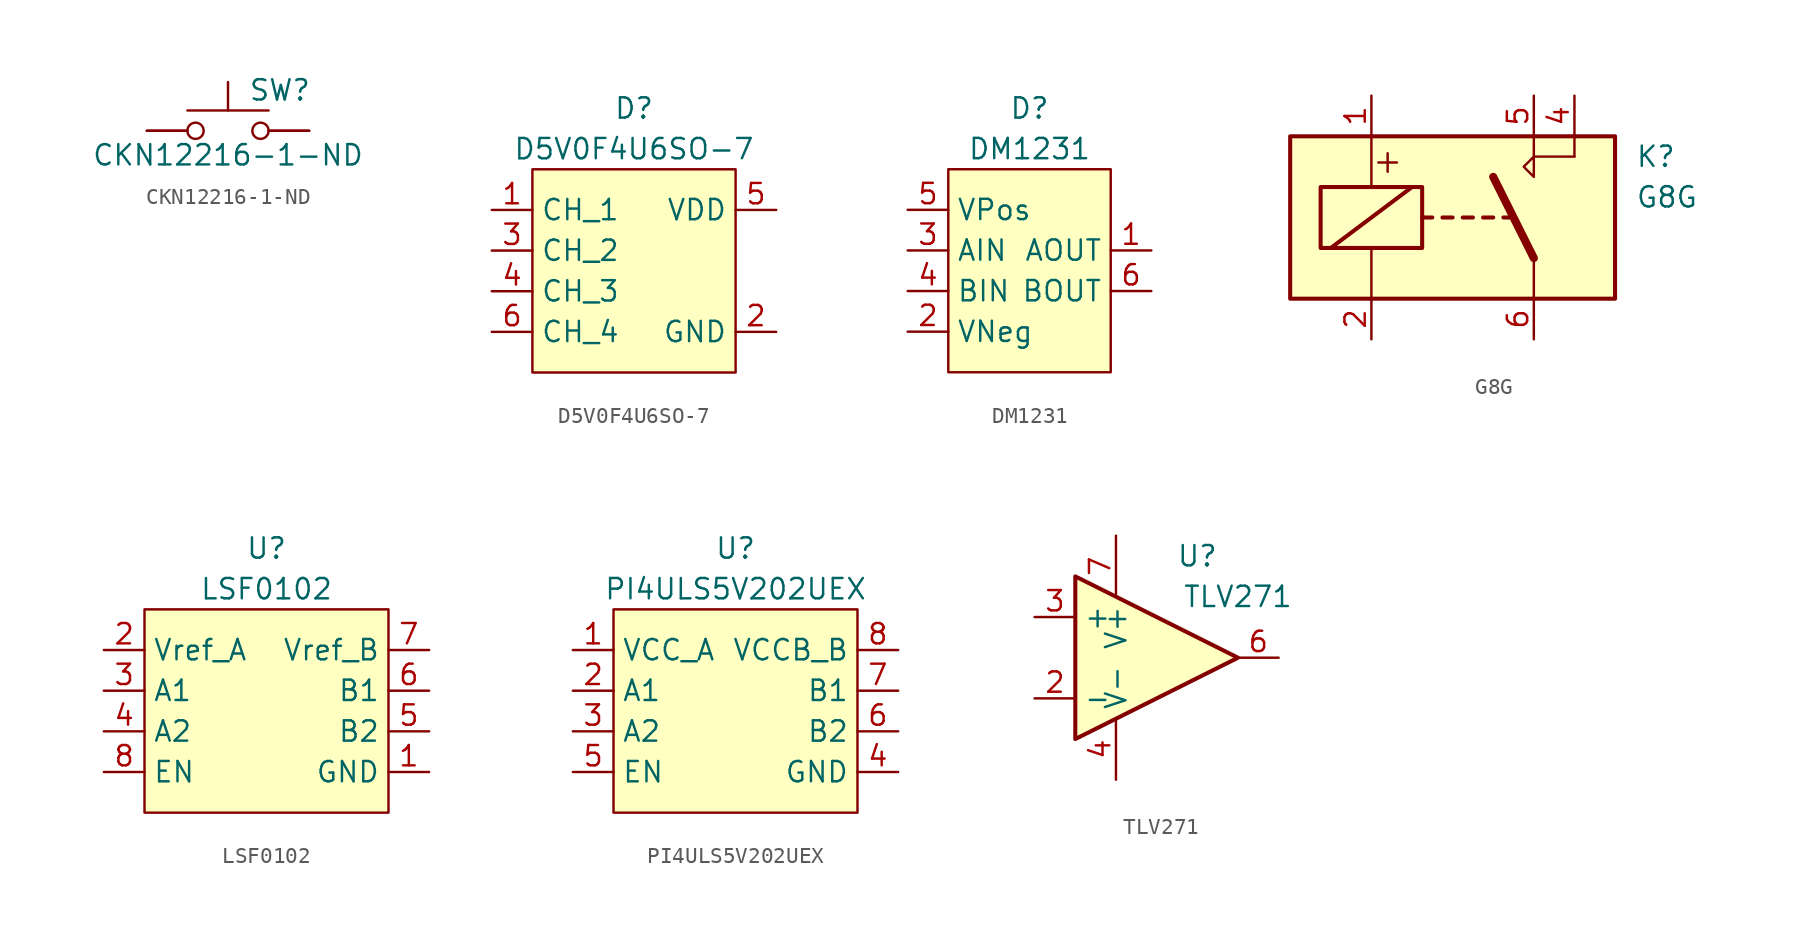
<source format=kicad_sym>
(kicad_symbol_lib
  (version 20211014)
  (generator kicad_symbol_editor)
  (symbol "CKN12216-1-ND"
    (pin_numbers hide)
    (pin_names
      (offset 1.016) hide)
    (property "Reference" "SW"
      (at 1.27 2.54 0)
      (effects (font (size 1.27 1.27)) (justify left)))
    (property "Value" "CKN12216-1-ND"
      (at 0 -1.524 0)
      (effects (font (size 1.27 1.27))))
    (symbol "CKN12216-1-ND_0_0"
      (pin passive line (at 5.08 0 180) (length 2.54) (name "3" (effects (font (size 1.27 1.27)))) (number "3" (effects (font (size 1.27 1.27)))))
      (pin passive line (at 5.08 0 180) (length 2.54) (name "4" (effects (font (size 1.27 1.27)))) (number "4" (effects (font (size 1.27 1.27))))))
    (symbol "CKN12216-1-ND_0_1"
      (circle (center -2.032 0) (radius 0.508) (stroke (width 0) (type default) (color 0 0 0 0)) (fill (type none)))
      (polyline (pts (xy 0 1.27) (xy 0 3.048)) (stroke (width 0) (type default) (color 0 0 0 0)) (fill (type none)))
      (polyline (pts (xy 2.54 1.27) (xy -2.54 1.27)) (stroke (width 0) (type default) (color 0 0 0 0)) (fill (type none)))
      (circle (center 2.032 0) (radius 0.508) (stroke (width 0) (type default) (color 0 0 0 0)) (fill (type none)))
      (pin passive line (at -5.08 0 0) (length 2.54) (name "1" (effects (font (size 1.27 1.27)))) (number "1" (effects (font (size 1.27 1.27)))))
      (pin passive line (at -5.08 0 0) (length 2.54) (name "2" (effects (font (size 1.27 1.27)))) (number "2" (effects (font (size 1.27 1.27)))))))
  (symbol "D5V0F4U6SO-7"
    (property "Reference" "D"
      (at 0 10.16 0)
      (effects (font (size 1.27 1.27))))
    (property "Value" "D5V0F4U6SO-7"
      (at 0 7.62 0)
      (effects (font (size 1.27 1.27))))
    (symbol "D5V0F4U6SO-7_0_0"
      (pin bidirectional line (at -8.89 3.81 0) (length 2.54) (name "CH_1" (effects (font (size 1.27 1.27)))) (number "1" (effects (font (size 1.27 1.27)))))
      (pin power_in line (at 8.89 -3.81 180) (length 2.54) (name "GND" (effects (font (size 1.27 1.27)))) (number "2" (effects (font (size 1.27 1.27)))))
      (pin bidirectional line (at -8.89 1.27 0) (length 2.54) (name "CH_2" (effects (font (size 1.27 1.27)))) (number "3" (effects (font (size 1.27 1.27)))))
      (pin bidirectional line (at -8.89 -1.27 0) (length 2.54) (name "CH_3" (effects (font (size 1.27 1.27)))) (number "4" (effects (font (size 1.27 1.27)))))
      (pin power_in line (at 8.89 3.81 180) (length 2.54) (name "VDD" (effects (font (size 1.27 1.27)))) (number "5" (effects (font (size 1.27 1.27)))))
      (pin bidirectional line (at -8.89 -3.81 0) (length 2.54) (name "CH_4" (effects (font (size 1.27 1.27)))) (number "6" (effects (font (size 1.27 1.27))))))
    (symbol "D5V0F4U6SO-7_0_1"
      (rectangle (start -6.35 6.35) (end 6.35 -6.35) (stroke (width 0) (type default) (color 0 0 0 0)) (fill (type background)))))
  (symbol "DM1231"
    (property "Reference" "D"
      (at 0 10.16 0)
      (effects (font (size 1.27 1.27))))
    (property "Value" "DM1231"
      (at 0 7.62 0)
      (effects (font (size 1.27 1.27))))
    (symbol "DM1231_0_1"
      (rectangle (start -5.08 6.35) (end 5.08 -6.35) (stroke (width 0) (type default) (color 0 0 0 0)) (fill (type background))))
    (symbol "DM1231_1_1"
      (pin output line (at 7.62 1.27 180) (length 2.54) (name "AOUT" (effects (font (size 1.27 1.27)))) (number "1" (effects (font (size 1.27 1.27)))))
      (pin output line (at -7.62 -3.81 0) (length 2.54) (name "VNeg" (effects (font (size 1.27 1.27)))) (number "2" (effects (font (size 1.27 1.27)))))
      (pin input line (at -7.62 1.27 0) (length 2.54) (name "AIN" (effects (font (size 1.27 1.27)))) (number "3" (effects (font (size 1.27 1.27)))))
      (pin input line (at -7.62 -1.27 0) (length 2.54) (name "BIN" (effects (font (size 1.27 1.27)))) (number "4" (effects (font (size 1.27 1.27)))))
      (pin output line (at -7.62 3.81 0) (length 2.54) (name "VPos" (effects (font (size 1.27 1.27)))) (number "5" (effects (font (size 1.27 1.27)))))
      (pin output line (at 7.62 -1.27 180) (length 2.54) (name "BOUT" (effects (font (size 1.27 1.27)))) (number "6" (effects (font (size 1.27 1.27)))))))
  (symbol "G8G"
    (property "Reference" "K"
      (at 11.43 3.81 0)
      (effects (font (size 1.27 1.27)) (justify left)))
    (property "Value" "G8G"
      (at 11.43 1.27 0)
      (effects (font (size 1.27 1.27)) (justify left)))
    (symbol "G8G_0_0"
      (polyline (pts (xy 5.08 5.08) (xy 5.08 2.54) (xy 4.445 3.175) (xy 5.08 3.81)) (stroke (width 0) (type default) (color 0 0 0 0)) (fill (type none)))
      (text "+" (at -4.064 3.556 0) (effects (font (size 1.524 1.524)))))
    (symbol "G8G_0_1"
      (rectangle (start -10.16 5.08) (end 10.16 -5.08) (stroke (width 0.254) (type default) (color 0 0 0 0)) (fill (type background)))
      (rectangle (start -8.255 1.905) (end -1.905 -1.905) (stroke (width 0.254) (type default) (color 0 0 0 0)) (fill (type none)))
      (polyline (pts (xy -7.62 -1.905) (xy -2.54 1.905)) (stroke (width 0.254) (type default) (color 0 0 0 0)) (fill (type none)))
      (polyline (pts (xy -5.08 -5.08) (xy -5.08 -1.905)) (stroke (width 0) (type default) (color 0 0 0 0)) (fill (type none)))
      (polyline (pts (xy -5.08 5.08) (xy -5.08 1.905)) (stroke (width 0) (type default) (color 0 0 0 0)) (fill (type none)))
      (polyline (pts (xy -1.905 0) (xy -1.27 0)) (stroke (width 0.254) (type default) (color 0 0 0 0)) (fill (type none)))
      (polyline (pts (xy -0.635 0) (xy 0 0)) (stroke (width 0.254) (type default) (color 0 0 0 0)) (fill (type none)))
      (polyline (pts (xy 0.635 0) (xy 1.27 0)) (stroke (width 0.254) (type default) (color 0 0 0 0)) (fill (type none)))
      (polyline (pts (xy 1.905 0) (xy 2.54 0)) (stroke (width 0.254) (type default) (color 0 0 0 0)) (fill (type none)))
      (polyline (pts (xy 3.175 0) (xy 3.81 0)) (stroke (width 0.254) (type default) (color 0 0 0 0)) (fill (type none)))
      (polyline (pts (xy 5.08 -2.54) (xy 2.54 2.54)) (stroke (width 0.508) (type default) (color 0 0 0 0)) (fill (type none)))
      (polyline (pts (xy 5.08 -2.54) (xy 5.08 -5.08)) (stroke (width 0) (type default) (color 0 0 0 0)) (fill (type none)))
      (polyline (pts (xy 5.08 3.81) (xy 7.62 3.81)) (stroke (width 0) (type default) (color 0 0 0 0)) (fill (type none)))
      (polyline (pts (xy 7.62 5.08) (xy 7.62 3.81)) (stroke (width 0) (type default) (color 0 0 0 0)) (fill (type none))))
    (symbol "G8G_1_1"
      (pin passive line (at -5.08 7.62 270) (length 2.54) (name "~" (effects (font (size 1.27 1.27)))) (number "1" (effects (font (size 1.27 1.27)))))
      (pin passive line (at -5.08 -7.62 90) (length 2.54) (name "~" (effects (font (size 1.27 1.27)))) (number "2" (effects (font (size 1.27 1.27)))))
      (pin passive line (at 7.62 7.62 270) (length 2.54) (name "~" (effects (font (size 1.27 1.27)))) (number "4" (effects (font (size 1.27 1.27)))))
      (pin passive line (at 5.08 7.62 270) (length 2.54) (name "~" (effects (font (size 1.27 1.27)))) (number "5" (effects (font (size 1.27 1.27)))))
      (pin passive line (at 5.08 -7.62 90) (length 2.54) (name "~" (effects (font (size 1.27 1.27)))) (number "6" (effects (font (size 1.27 1.27)))))))
  (symbol "LSF0102"
    (property "Reference" "U"
      (at 0 10.16 0)
      (effects (font (size 1.27 1.27))))
    (property "Value" "LSF0102"
      (at 0 7.62 0)
      (effects (font (size 1.27 1.27))))
    (symbol "LSF0102_0_0"
      (pin power_in line (at -10.16 3.81 0) (length 2.54) (name "Vref_A" (effects (font (size 1.27 1.27)))) (number "2" (effects (font (size 1.27 1.27)))))
      (pin input line (at -10.16 1.27 0) (length 2.54) (name "A1" (effects (font (size 1.27 1.27)))) (number "3" (effects (font (size 1.27 1.27)))))
      (pin input line (at -10.16 -1.27 0) (length 2.54) (name "A2" (effects (font (size 1.27 1.27)))) (number "4" (effects (font (size 1.27 1.27)))))
      (pin input line (at 10.16 -1.27 180) (length 2.54) (name "B2" (effects (font (size 1.27 1.27)))) (number "5" (effects (font (size 1.27 1.27)))))
      (pin input line (at 10.16 1.27 180) (length 2.54) (name "B1" (effects (font (size 1.27 1.27)))) (number "6" (effects (font (size 1.27 1.27)))))
      (pin power_in line (at 10.16 3.81 180) (length 2.54) (name "Vref_B" (effects (font (size 1.27 1.27)))) (number "7" (effects (font (size 1.27 1.27)))))
      (pin input line (at -10.16 -3.81 0) (length 2.54) (name "EN" (effects (font (size 1.27 1.27)))) (number "8" (effects (font (size 1.27 1.27))))))
    (symbol "LSF0102_0_1"
      (rectangle (start -7.62 6.35) (end 7.62 -6.35) (stroke (width 0) (type default) (color 0 0 0 0)) (fill (type background))))
    (symbol "LSF0102_1_1"
      (pin power_in line (at 10.16 -3.81 180) (length 2.54) (name "GND" (effects (font (size 1.27 1.27)))) (number "1" (effects (font (size 1.27 1.27)))))))
  (symbol "PI4ULS5V202UEX"
    (property "Reference" "U"
      (at 0 10.16 0)
      (effects (font (size 1.27 1.27))))
    (property "Value" "PI4ULS5V202UEX"
      (at 0 7.62 0)
      (effects (font (size 1.27 1.27))))
    (symbol "PI4ULS5V202UEX_0_0"
      (pin power_in line (at -10.16 3.81 0) (length 2.54) (name "VCC_A" (effects (font (size 1.27 1.27)))) (number "1" (effects (font (size 1.27 1.27)))))
      (pin bidirectional line (at -10.16 1.27 0) (length 2.54) (name "A1" (effects (font (size 1.27 1.27)))) (number "2" (effects (font (size 1.27 1.27)))))
      (pin bidirectional line (at -10.16 -1.27 0) (length 2.54) (name "A2" (effects (font (size 1.27 1.27)))) (number "3" (effects (font (size 1.27 1.27)))))
      (pin input line (at -10.16 -3.81 0) (length 2.54) (name "EN" (effects (font (size 1.27 1.27)))) (number "5" (effects (font (size 1.27 1.27)))))
      (pin bidirectional line (at 10.16 -1.27 180) (length 2.54) (name "B2" (effects (font (size 1.27 1.27)))) (number "6" (effects (font (size 1.27 1.27)))))
      (pin bidirectional line (at 10.16 1.27 180) (length 2.54) (name "B1" (effects (font (size 1.27 1.27)))) (number "7" (effects (font (size 1.27 1.27)))))
      (pin power_in line (at 10.16 3.81 180) (length 2.54) (name "VCCB_B" (effects (font (size 1.27 1.27)))) (number "8" (effects (font (size 1.27 1.27))))))
    (symbol "PI4ULS5V202UEX_0_1"
      (rectangle (start -7.62 6.35) (end 7.62 -6.35) (stroke (width 0) (type default) (color 0 0 0 0)) (fill (type background))))
    (symbol "PI4ULS5V202UEX_1_1"
      (pin power_in line (at 10.16 -3.81 180) (length 2.54) (name "GND" (effects (font (size 1.27 1.27)))) (number "4" (effects (font (size 1.27 1.27)))))))
  (symbol "TLV271"
    (property "Reference" "U"
      (at 3.81 6.35 0)
      (effects (font (size 1.27 1.27))))
    (property "Value" "TLV271"
      (at 6.35 3.81 0)
      (effects (font (size 1.27 1.27))))
    (symbol "TLV271_0_1"
      (polyline (pts (xy -3.81 5.08) (xy 6.35 0) (xy -3.81 -5.08) (xy -3.81 5.08)) (stroke (width 0.254) (type default) (color 0 0 0 0)) (fill (type background)))
      (pin power_in line (at -1.27 -7.62 90) (length 3.81) (name "V-" (effects (font (size 1.27 1.27)))) (number "4" (effects (font (size 1.27 1.27)))))
      (pin power_in line (at -1.27 7.62 270) (length 3.81) (name "V+" (effects (font (size 1.27 1.27)))) (number "7" (effects (font (size 1.27 1.27))))))
    (symbol "TLV271_1_1"
      (pin input line (at -6.35 -2.54 0) (length 2.54) (name "-" (effects (font (size 1.27 1.27)))) (number "2" (effects (font (size 1.27 1.27)))))
      (pin input line (at -6.35 2.54 0) (length 2.54) (name "+" (effects (font (size 1.27 1.27)))) (number "3" (effects (font (size 1.27 1.27)))))
      (pin output line (at 8.89 0 180) (length 2.54) (name "~" (effects (font (size 1.27 1.27)))) (number "6" (effects (font (size 1.27 1.27))))))))
</source>
